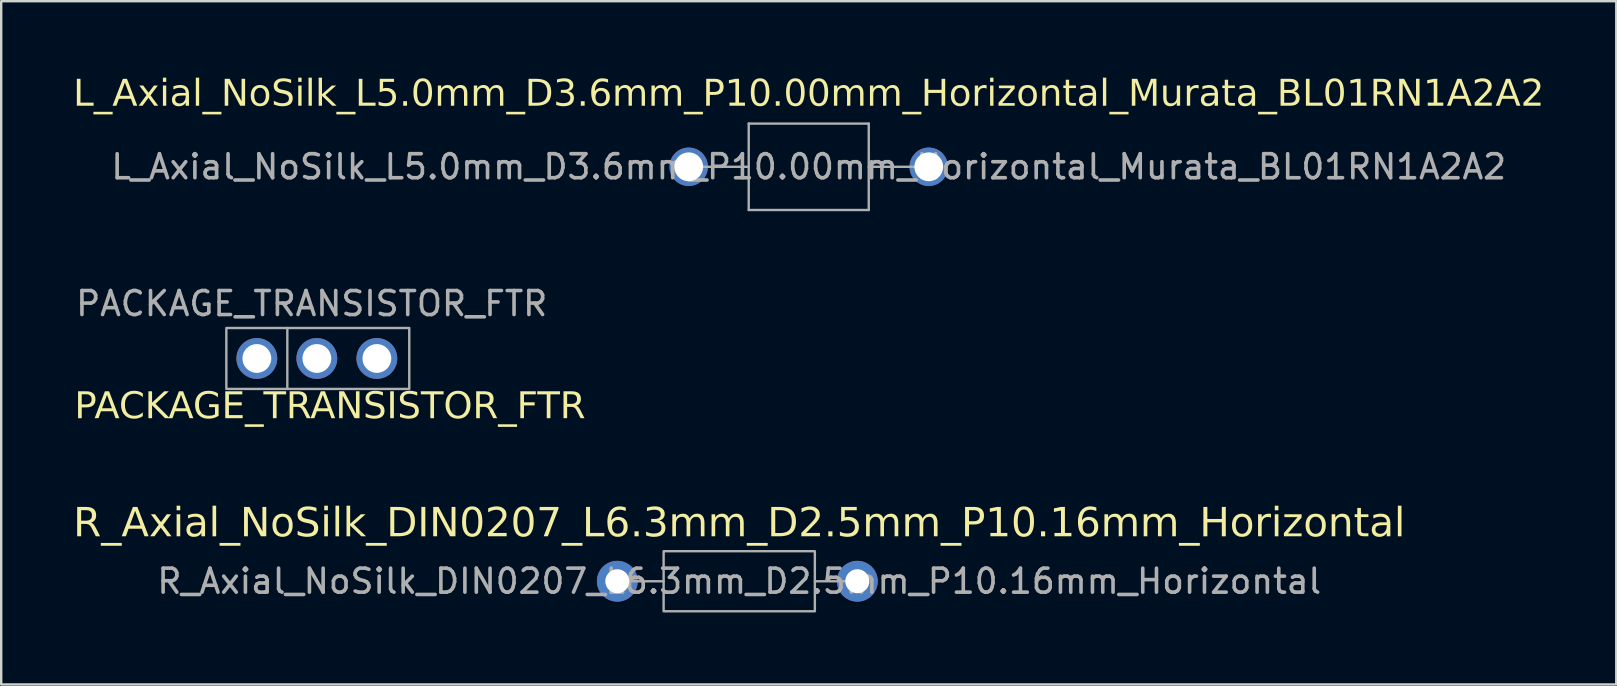
<source format=kicad_pcb>
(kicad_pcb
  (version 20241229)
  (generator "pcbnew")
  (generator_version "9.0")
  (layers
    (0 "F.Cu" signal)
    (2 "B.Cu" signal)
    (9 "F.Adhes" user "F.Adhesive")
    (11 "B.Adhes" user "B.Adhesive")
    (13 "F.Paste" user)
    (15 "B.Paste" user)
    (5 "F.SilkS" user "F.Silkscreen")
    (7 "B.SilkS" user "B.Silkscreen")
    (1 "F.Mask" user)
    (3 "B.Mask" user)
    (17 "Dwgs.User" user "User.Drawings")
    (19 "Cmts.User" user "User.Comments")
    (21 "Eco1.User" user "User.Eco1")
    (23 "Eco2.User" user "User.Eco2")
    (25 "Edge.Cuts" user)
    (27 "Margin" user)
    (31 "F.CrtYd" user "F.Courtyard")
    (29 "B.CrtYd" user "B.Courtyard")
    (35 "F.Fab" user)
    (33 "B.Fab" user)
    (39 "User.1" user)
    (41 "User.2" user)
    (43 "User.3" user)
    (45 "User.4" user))
  (footprint "PACKAGE_TRANSISTOR_FTR"
    (layer "F.Cu")
    (at 7.649 11.883)
    (property "Reference" "PACKAGE_TRANSISTOR_FTR" (at 3.048 2.032 0) (unlocked yes) (layer "F.SilkS") (effects (font (face "FMD_PCB") (size 1.1 1.1) (thickness 0.1))))
    (attr through_hole)
    (fp_line (start 1.27 -1.27) (end 1.27 1.27) (stroke (width 0.1) (type solid)) (layer "F.Fab"))
    (fp_rect (start -1.27 -1.27) (end 6.35 1.27) (stroke (width 0.1) (type solid)) (fill no) (layer "F.Fab"))
    (fp_text user "${REFERENCE}" (at 2.286 -2.286 0) (unlocked yes) (layer "F.Fab") (effects (font (size 1 1) (thickness 0.15))))
    (pad "1" thru_hole circle (at 0 0) (size 1.7 1.7) (drill 1.2) (layers "*.Cu" "*.Mask"))
    (pad "2" thru_hole circle (at 2.5 0) (size 1.7 1.7) (drill 1.2) (layers "*.Cu" "*.Mask"))
    (pad "3" thru_hole circle (at 5 0) (size 1.7 1.7) (drill 1.2) (layers "*.Cu" "*.Mask")))
  (footprint "L_Axial_NoSilk_L5.0mm_D3.6mm_P10.00mm_Horizontal_Murata_BL01RN1A2A2"
    (layer "F.Cu")
    (at 25.64 3.898)
    (property "Reference" "L_Axial_NoSilk_L5.0mm_D3.6mm_P10.00mm_Horizontal_Murata_BL01RN1A2A2" (at 5 -3 0) (layer "F.SilkS") (effects (font (face "FMD_PCB") (size 1.1 1.1) (thickness 0.15))))
    (attr through_hole)
    (fp_line (start 0 0) (end 2.5 0) (stroke (width 0.1) (type solid)) (layer "F.Fab"))
    (fp_line (start 2.5 -1.8) (end 2.5 1.8) (stroke (width 0.1) (type solid)) (layer "F.Fab"))
    (fp_line (start 2.5 1.8) (end 7.5 1.8) (stroke (width 0.1) (type solid)) (layer "F.Fab"))
    (fp_line (start 7.5 -1.8) (end 2.5 -1.8) (stroke (width 0.1) (type solid)) (layer "F.Fab"))
    (fp_line (start 7.5 1.8) (end 7.5 -1.8) (stroke (width 0.1) (type solid)) (layer "F.Fab"))
    (fp_line (start 10 0) (end 7.5 0) (stroke (width 0.1) (type solid)) (layer "F.Fab"))
    (fp_text user "${REFERENCE}" (at 5 0 0) (layer "F.Fab") (effects (font (size 1 1) (thickness 0.15))))
    (pad "1" thru_hole circle (at 0 0) (size 1.6 1.6) (drill 1.2) (layers "*.Cu" "*.Mask"))
    (pad "2" thru_hole oval (at 10 0) (size 1.6 1.6) (drill 1.2) (layers "*.Cu" "*.Mask")))
  (footprint "R_Axial_NoSilk_DIN0207_L6.3mm_D2.5mm_P10.16mm_Horizontal"
    (layer "F.Cu")
    (at 22.665 21.163)
    (property "Reference" "R_Axial_NoSilk_DIN0207_L6.3mm_D2.5mm_P10.16mm_Horizontal" (at 5.08 -2.37 0) (layer "F.SilkS") (effects (font (face "FMD_PCB") (size 1.2 1.2) (thickness 0.15))))
    (attr through_hole)
    (fp_line (start 0 0) (end 1.93 0) (stroke (width 0.1) (type solid)) (layer "F.Fab"))
    (fp_line (start 10.16 0) (end 8.23 0) (stroke (width 0.1) (type solid)) (layer "F.Fab"))
    (fp_rect (start 1.93 -1.25) (end 8.23 1.25) (stroke (width 0.1) (type solid)) (fill no) (layer "F.Fab"))
    (fp_text user "${REFERENCE}" (at 5.08 0 0) (layer "F.Fab") (effects (font (size 1 1) (thickness 0.15))))
    (pad "1" thru_hole circle (at 0 0) (size 1.7 1.7) (drill 1) (layers "*.Cu" "*.Mask"))
    (pad "2" thru_hole circle (at 10 0) (size 1.7 1.7) (drill 1) (layers "*.Cu" "*.Mask")))
  (gr_rect
    (start -3 -3)
    (end 64.28 25.463)
    (stroke (width 0.1) (type default))
    (fill no)
    (layer "Edge.Cuts")))
</source>
